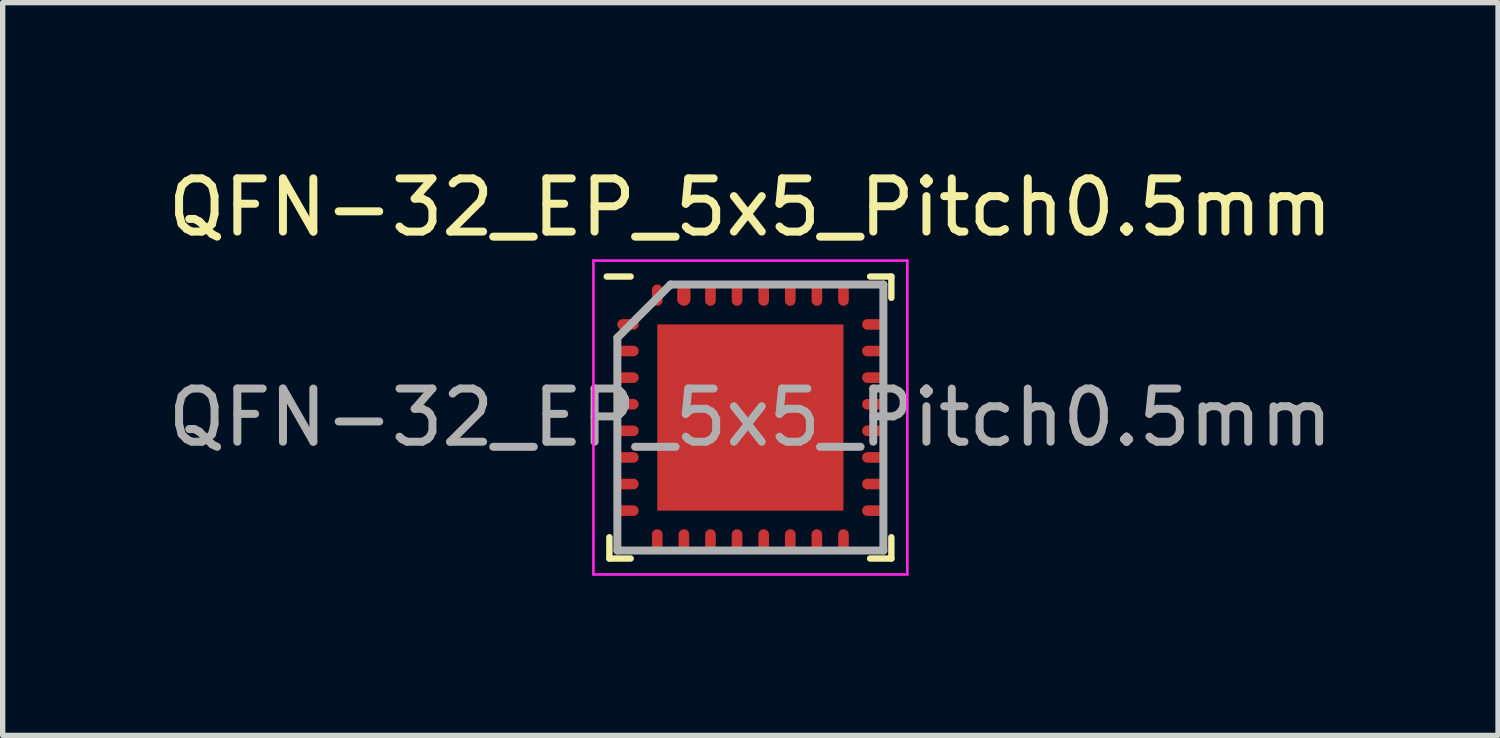
<source format=kicad_pcb>
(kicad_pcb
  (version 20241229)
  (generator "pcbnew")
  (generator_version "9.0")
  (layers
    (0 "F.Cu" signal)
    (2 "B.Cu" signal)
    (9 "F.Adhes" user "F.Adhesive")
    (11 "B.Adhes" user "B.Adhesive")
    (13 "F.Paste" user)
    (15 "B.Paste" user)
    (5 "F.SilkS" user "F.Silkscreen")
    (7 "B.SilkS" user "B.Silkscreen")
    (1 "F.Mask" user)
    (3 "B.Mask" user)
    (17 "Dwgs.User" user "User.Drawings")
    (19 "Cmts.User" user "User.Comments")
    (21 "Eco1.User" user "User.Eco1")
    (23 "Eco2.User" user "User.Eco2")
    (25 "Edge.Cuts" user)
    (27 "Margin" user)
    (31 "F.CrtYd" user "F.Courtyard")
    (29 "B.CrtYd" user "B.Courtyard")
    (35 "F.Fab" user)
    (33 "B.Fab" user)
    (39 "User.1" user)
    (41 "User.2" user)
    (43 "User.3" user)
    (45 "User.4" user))
  (footprint "QFN-32_EP_5x5_Pitch0.5mm"
    (layer "F.Cu")
    (at 11.054 4.798)
    (property "Reference" "QFN-32_EP_5x5_Pitch0.5mm" (at 0 -3.95 0) (layer "F.SilkS") (effects (font (size 1 1) (thickness 0.15))))
    (attr smd)
    (fp_line (start -2.65 2.65) (end -2.65 2.25) (stroke (width 0.12) (type default)) (layer "F.SilkS"))
    (fp_line (start -2.25 -2.65) (end -2.7 -2.65) (stroke (width 0.12) (type default)) (layer "F.SilkS"))
    (fp_line (start -2.25 2.65) (end -2.65 2.65) (stroke (width 0.12) (type default)) (layer "F.SilkS"))
    (fp_line (start 2.25 -2.65) (end 2.65 -2.65) (stroke (width 0.12) (type default)) (layer "F.SilkS"))
    (fp_line (start 2.25 2.65) (end 2.65 2.65) (stroke (width 0.12) (type default)) (layer "F.SilkS"))
    (fp_line (start 2.65 -2.65) (end 2.65 -2.25) (stroke (width 0.12) (type default)) (layer "F.SilkS"))
    (fp_line (start 2.65 2.65) (end 2.65 2.25) (stroke (width 0.12) (type default)) (layer "F.SilkS"))
    (fp_line (start -2.95 -2.95) (end 2.95 -2.95) (stroke (width 0.05) (type default)) (layer "F.CrtYd"))
    (fp_line (start -2.95 2.95) (end -2.95 -2.95) (stroke (width 0.05) (type default)) (layer "F.CrtYd"))
    (fp_line (start 2.95 -2.95) (end 2.95 2.95) (stroke (width 0.05) (type default)) (layer "F.CrtYd"))
    (fp_line (start 2.95 2.95) (end -2.95 2.95) (stroke (width 0.05) (type default)) (layer "F.CrtYd"))
    (fp_line (start -2.5 -1.5) (end -2.5 2.5) (stroke (width 0.15) (type default)) (layer "F.Fab"))
    (fp_line (start -2.5 2.5) (end 2.5 2.5) (stroke (width 0.15) (type default)) (layer "F.Fab"))
    (fp_line (start -1.5 -2.5) (end -2.5 -1.5) (stroke (width 0.15) (type default)) (layer "F.Fab"))
    (fp_line (start 2.5 -2.5) (end -1.5 -2.5) (stroke (width 0.15) (type default)) (layer "F.Fab"))
    (fp_line (start 2.5 2.5) (end 2.5 -2.5) (stroke (width 0.15) (type default)) (layer "F.Fab"))
    (fp_text user "${REFERENCE}" (at 0 0 0) (layer "F.Fab") (effects (font (size 1 1) (thickness 0.15))))
    (pad "" smd rect (at -1.312 -1.312) (size 0.125 0.125) (layers "F.Paste"))
    (pad "" smd rect (at -1.312 -0.438) (size 0.125 0.125) (layers "F.Paste"))
    (pad "" smd rect (at -1.312 0.438) (size 0.125 0.125) (layers "F.Paste"))
    (pad "" smd rect (at -1.312 1.312) (size 0.125 0.125) (layers "F.Paste"))
    (pad "" smd rect (at -0.438 -1.312) (size 0.125 0.125) (layers "F.Paste"))
    (pad "" smd rect (at -0.438 -0.438) (size 0.125 0.125) (layers "F.Paste"))
    (pad "" smd rect (at -0.438 0.438) (size 0.125 0.125) (layers "F.Paste"))
    (pad "" smd rect (at -0.438 1.312) (size 0.125 0.125) (layers "F.Paste"))
    (pad "" smd rect (at 0.438 -1.312) (size 0.125 0.125) (layers "F.Paste"))
    (pad "" smd rect (at 0.438 -0.438) (size 0.125 0.125) (layers "F.Paste"))
    (pad "" smd rect (at 0.438 0.438) (size 0.125 0.125) (layers "F.Paste"))
    (pad "" smd rect (at 0.438 1.312) (size 0.125 0.125) (layers "F.Paste"))
    (pad "" smd rect (at 1.312 -1.312) (size 0.125 0.125) (layers "F.Paste"))
    (pad "" smd rect (at 1.312 -0.438) (size 0.125 0.125) (layers "F.Paste"))
    (pad "" smd rect (at 1.312 0.438) (size 0.125 0.125) (layers "F.Paste"))
    (pad "" smd rect (at 1.312 1.312) (size 0.125 0.125) (layers "F.Paste"))
    (pad "1" smd oval (at -2.3 -1.75 90) (size 0.2 0.4) (layers "F.Cu" "F.Mask" "F.Paste"))
    (pad "2" smd oval (at -2.3 -1.25 90) (size 0.2 0.4) (layers "F.Cu" "F.Mask" "F.Paste"))
    (pad "3" smd oval (at -2.3 -0.75 90) (size 0.2 0.4) (layers "F.Cu" "F.Mask" "F.Paste"))
    (pad "4" smd oval (at -2.3 -0.25 90) (size 0.2 0.4) (layers "F.Cu" "F.Mask" "F.Paste"))
    (pad "5" smd oval (at -2.3 0.25 90) (size 0.2 0.4) (layers "F.Cu" "F.Mask" "F.Paste"))
    (pad "6" smd oval (at -2.3 0.75 90) (size 0.2 0.4) (layers "F.Cu" "F.Mask" "F.Paste"))
    (pad "7" smd oval (at -2.3 1.25 90) (size 0.2 0.4) (layers "F.Cu" "F.Mask" "F.Paste"))
    (pad "8" smd oval (at -2.3 1.75 90) (size 0.2 0.4) (layers "F.Cu" "F.Mask" "F.Paste"))
    (pad "9" smd oval (at -1.75 2.3) (size 0.2 0.4) (layers "F.Cu" "F.Mask" "F.Paste"))
    (pad "10" smd oval (at -1.25 2.3) (size 0.2 0.4) (layers "F.Cu" "F.Mask" "F.Paste"))
    (pad "11" smd oval (at -0.75 2.3) (size 0.2 0.4) (layers "F.Cu" "F.Mask" "F.Paste"))
    (pad "12" smd oval (at -0.25 2.3) (size 0.2 0.4) (layers "F.Cu" "F.Mask" "F.Paste"))
    (pad "13" smd oval (at 0.25 2.3) (size 0.2 0.4) (layers "F.Cu" "F.Mask" "F.Paste"))
    (pad "14" smd oval (at 0.75 2.3) (size 0.2 0.4) (layers "F.Cu" "F.Mask" "F.Paste"))
    (pad "15" smd oval (at 1.25 2.3) (size 0.2 0.4) (layers "F.Cu" "F.Mask" "F.Paste"))
    (pad "16" smd oval (at 1.75 2.3) (size 0.2 0.4) (layers "F.Cu" "F.Mask" "F.Paste"))
    (pad "17" smd oval (at 2.3 1.75 90) (size 0.2 0.4) (layers "F.Cu" "F.Mask" "F.Paste"))
    (pad "18" smd oval (at 2.3 1.25 90) (size 0.2 0.4) (layers "F.Cu" "F.Mask" "F.Paste"))
    (pad "19" smd oval (at 2.3 0.75 90) (size 0.2 0.4) (layers "F.Cu" "F.Mask" "F.Paste"))
    (pad "20" smd oval (at 2.3 0.25 90) (size 0.2 0.4) (layers "F.Cu" "F.Mask" "F.Paste"))
    (pad "21" smd oval (at 2.3 -0.25 90) (size 0.2 0.4) (layers "F.Cu" "F.Mask" "F.Paste"))
    (pad "22" smd oval (at 2.3 -0.75 90) (size 0.2 0.4) (layers "F.Cu" "F.Mask" "F.Paste"))
    (pad "23" smd oval (at 2.3 -1.25 90) (size 0.2 0.4) (layers "F.Cu" "F.Mask" "F.Paste"))
    (pad "24" smd oval (at 2.3 -1.75 90) (size 0.2 0.4) (layers "F.Cu" "F.Mask" "F.Paste"))
    (pad "25" smd oval (at 1.75 -2.3) (size 0.2 0.4) (layers "F.Cu" "F.Mask" "F.Paste"))
    (pad "26" smd oval (at 1.25 -2.3) (size 0.2 0.4) (layers "F.Cu" "F.Mask" "F.Paste"))
    (pad "27" smd oval (at 0.75 -2.3) (size 0.2 0.4) (layers "F.Cu" "F.Mask" "F.Paste"))
    (pad "28" smd oval (at 0.25 -2.3) (size 0.2 0.4) (layers "F.Cu" "F.Mask" "F.Paste"))
    (pad "29" smd oval (at -0.25 -2.3) (size 0.2 0.4) (layers "F.Cu" "F.Mask" "F.Paste"))
    (pad "30" smd oval (at -0.75 -2.3) (size 0.2 0.4) (layers "F.Cu" "F.Mask" "F.Paste"))
    (pad "31" smd oval (at -1.25 -2.3) (size 0.25 0.4) (layers "F.Cu" "F.Mask" "F.Paste"))
    (pad "32" smd oval (at -1.75 -2.3) (size 0.2 0.4) (layers "F.Cu" "F.Mask" "F.Paste"))
    (pad "33" smd rect (at 0 0) (size 3.5 3.5) (layers "F.Cu" "F.Mask")))
  (gr_rect
    (start -3 -3)
    (end 25.107 10.773)
    (stroke (width 0.1) (type default))
    (fill no)
    (layer "Edge.Cuts")))
</source>
